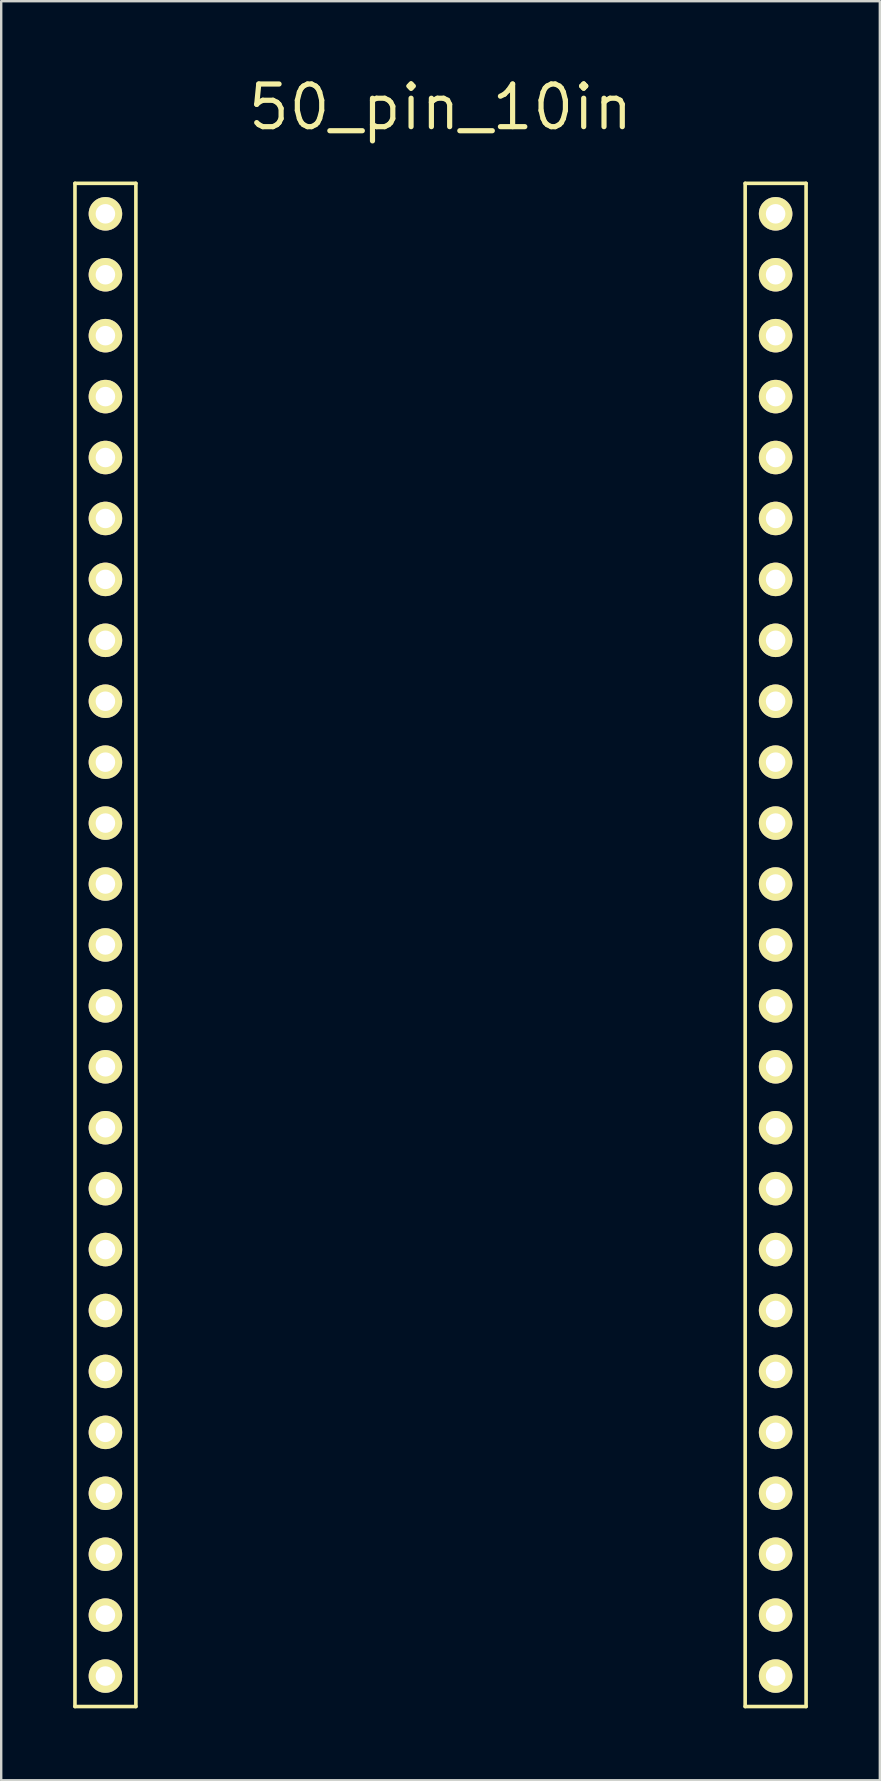
<source format=kicad_pcb>
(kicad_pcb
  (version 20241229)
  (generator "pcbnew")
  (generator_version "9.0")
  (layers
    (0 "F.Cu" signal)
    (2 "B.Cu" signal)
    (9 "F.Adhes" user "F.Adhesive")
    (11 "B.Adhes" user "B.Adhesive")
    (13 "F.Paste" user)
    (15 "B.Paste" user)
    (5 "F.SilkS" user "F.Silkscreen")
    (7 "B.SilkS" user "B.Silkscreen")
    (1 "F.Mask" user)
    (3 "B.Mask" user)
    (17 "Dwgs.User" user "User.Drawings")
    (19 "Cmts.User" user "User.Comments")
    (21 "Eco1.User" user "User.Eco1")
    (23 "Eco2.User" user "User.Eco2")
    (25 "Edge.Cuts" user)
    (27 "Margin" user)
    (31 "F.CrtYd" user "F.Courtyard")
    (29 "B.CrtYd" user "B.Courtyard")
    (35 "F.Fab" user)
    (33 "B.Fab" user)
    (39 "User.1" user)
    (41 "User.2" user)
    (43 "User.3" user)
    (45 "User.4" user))
  (footprint "50_pin_10in"
    (layer "F.Cu")
    (at 15.315 36.344)
    (property "Reference" "50_pin_10in" (at 0 -34.925 0) (layer "F.SilkS") (effects (font (size 1.778 1.778) (thickness 0.216))))
    (attr through_hole)
    (fp_line (start -15.24 -31.75) (end -15.24 31.75) (stroke (width 0.15) (type solid)) (layer "F.SilkS"))
    (fp_line (start -15.24 -31.75) (end -12.7 -31.75) (stroke (width 0.15) (type solid)) (layer "F.SilkS"))
    (fp_line (start -15.24 31.75) (end -12.7 31.75) (stroke (width 0.15) (type solid)) (layer "F.SilkS"))
    (fp_line (start -12.7 31.75) (end -12.7 -31.75) (stroke (width 0.15) (type solid)) (layer "F.SilkS"))
    (fp_line (start 12.7 -31.75) (end 12.7 31.75) (stroke (width 0.15) (type solid)) (layer "F.SilkS"))
    (fp_line (start 12.7 -31.75) (end 15.24 -31.75) (stroke (width 0.15) (type solid)) (layer "F.SilkS"))
    (fp_line (start 12.7 31.75) (end 15.24 31.75) (stroke (width 0.15) (type solid)) (layer "F.SilkS"))
    (fp_line (start 15.24 31.75) (end 15.24 -31.75) (stroke (width 0.15) (type solid)) (layer "F.SilkS"))
    (pad "1" thru_hole circle (at -13.97 -30.48 270) (size 1.397 1.397) (drill 0.813) (layers "*.Cu" "*.Mask" "F.SilkS"))
    (pad "2" thru_hole circle (at 13.97 -30.48 270) (size 1.397 1.397) (drill 0.813) (layers "*.Cu" "*.Mask" "F.SilkS"))
    (pad "3" thru_hole circle (at -13.97 -27.94 270) (size 1.397 1.397) (drill 0.813) (layers "*.Cu" "*.Mask" "F.SilkS"))
    (pad "4" thru_hole circle (at 13.97 -27.94 270) (size 1.397 1.397) (drill 0.813) (layers "*.Cu" "*.Mask" "F.SilkS"))
    (pad "5" thru_hole circle (at -13.97 -25.4 270) (size 1.397 1.397) (drill 0.813) (layers "*.Cu" "*.Mask" "F.SilkS"))
    (pad "6" thru_hole circle (at 13.97 -25.4 270) (size 1.397 1.397) (drill 0.813) (layers "*.Cu" "*.Mask" "F.SilkS"))
    (pad "7" thru_hole circle (at -13.97 -22.86 270) (size 1.397 1.397) (drill 0.813) (layers "*.Cu" "*.Mask" "F.SilkS"))
    (pad "8" thru_hole circle (at 13.97 -22.86 270) (size 1.397 1.397) (drill 0.813) (layers "*.Cu" "*.Mask" "F.SilkS"))
    (pad "9" thru_hole circle (at -13.97 -20.32 270) (size 1.397 1.397) (drill 0.813) (layers "*.Cu" "*.Mask" "F.SilkS"))
    (pad "10" thru_hole circle (at 13.97 -20.32 270) (size 1.397 1.397) (drill 0.813) (layers "*.Cu" "*.Mask" "F.SilkS"))
    (pad "11" thru_hole circle (at -13.97 -17.78 270) (size 1.397 1.397) (drill 0.813) (layers "*.Cu" "*.Mask" "F.SilkS"))
    (pad "12" thru_hole circle (at 13.97 -17.78 270) (size 1.397 1.397) (drill 0.813) (layers "*.Cu" "*.Mask" "F.SilkS"))
    (pad "13" thru_hole circle (at -13.97 -15.24 270) (size 1.397 1.397) (drill 0.813) (layers "*.Cu" "*.Mask" "F.SilkS"))
    (pad "14" thru_hole circle (at 13.97 -15.24 270) (size 1.397 1.397) (drill 0.813) (layers "*.Cu" "*.Mask" "F.SilkS"))
    (pad "15" thru_hole circle (at -13.97 -12.7 270) (size 1.397 1.397) (drill 0.813) (layers "*.Cu" "*.Mask" "F.SilkS"))
    (pad "16" thru_hole circle (at 13.97 -12.7 270) (size 1.397 1.397) (drill 0.813) (layers "*.Cu" "*.Mask" "F.SilkS"))
    (pad "17" thru_hole circle (at -13.97 -10.16 270) (size 1.397 1.397) (drill 0.813) (layers "*.Cu" "*.Mask" "F.SilkS"))
    (pad "18" thru_hole circle (at 13.97 -10.16 270) (size 1.397 1.397) (drill 0.813) (layers "*.Cu" "*.Mask" "F.SilkS"))
    (pad "19" thru_hole circle (at -13.97 -7.62 270) (size 1.397 1.397) (drill 0.813) (layers "*.Cu" "*.Mask" "F.SilkS"))
    (pad "20" thru_hole circle (at 13.97 -7.62 270) (size 1.397 1.397) (drill 0.813) (layers "*.Cu" "*.Mask" "F.SilkS"))
    (pad "21" thru_hole circle (at -13.97 -5.08 270) (size 1.397 1.397) (drill 0.813) (layers "*.Cu" "*.Mask" "F.SilkS"))
    (pad "22" thru_hole circle (at 13.97 -5.08 270) (size 1.397 1.397) (drill 0.813) (layers "*.Cu" "*.Mask" "F.SilkS"))
    (pad "23" thru_hole circle (at -13.97 -2.54 270) (size 1.397 1.397) (drill 0.813) (layers "*.Cu" "*.Mask" "F.SilkS"))
    (pad "24" thru_hole circle (at 13.97 -2.54 270) (size 1.397 1.397) (drill 0.813) (layers "*.Cu" "*.Mask" "F.SilkS"))
    (pad "25" thru_hole circle (at -13.97 0 270) (size 1.397 1.397) (drill 0.813) (layers "*.Cu" "*.Mask" "F.SilkS"))
    (pad "26" thru_hole circle (at 13.97 0 270) (size 1.397 1.397) (drill 0.813) (layers "*.Cu" "*.Mask" "F.SilkS"))
    (pad "27" thru_hole circle (at -13.97 2.54 270) (size 1.397 1.397) (drill 0.813) (layers "*.Cu" "*.Mask" "F.SilkS"))
    (pad "28" thru_hole circle (at 13.97 2.54 270) (size 1.397 1.397) (drill 0.813) (layers "*.Cu" "*.Mask" "F.SilkS"))
    (pad "29" thru_hole circle (at -13.97 5.08 270) (size 1.397 1.397) (drill 0.813) (layers "*.Cu" "*.Mask" "F.SilkS"))
    (pad "30" thru_hole circle (at 13.97 5.08 270) (size 1.397 1.397) (drill 0.813) (layers "*.Cu" "*.Mask" "F.SilkS"))
    (pad "31" thru_hole circle (at -13.97 7.62 270) (size 1.397 1.397) (drill 0.813) (layers "*.Cu" "*.Mask" "F.SilkS"))
    (pad "32" thru_hole circle (at 13.97 7.62 270) (size 1.397 1.397) (drill 0.813) (layers "*.Cu" "*.Mask" "F.SilkS"))
    (pad "33" thru_hole circle (at -13.97 10.16 270) (size 1.397 1.397) (drill 0.813) (layers "*.Cu" "*.Mask" "F.SilkS"))
    (pad "34" thru_hole circle (at 13.97 10.16 270) (size 1.397 1.397) (drill 0.813) (layers "*.Cu" "*.Mask" "F.SilkS"))
    (pad "35" thru_hole circle (at -13.97 12.7 270) (size 1.397 1.397) (drill 0.813) (layers "*.Cu" "*.Mask" "F.SilkS"))
    (pad "36" thru_hole circle (at 13.97 12.7 270) (size 1.397 1.397) (drill 0.813) (layers "*.Cu" "*.Mask" "F.SilkS"))
    (pad "37" thru_hole circle (at -13.97 15.24 270) (size 1.397 1.397) (drill 0.813) (layers "*.Cu" "*.Mask" "F.SilkS"))
    (pad "38" thru_hole circle (at 13.97 15.24 270) (size 1.397 1.397) (drill 0.813) (layers "*.Cu" "*.Mask" "F.SilkS"))
    (pad "39" thru_hole circle (at -13.97 17.78 270) (size 1.397 1.397) (drill 0.813) (layers "*.Cu" "*.Mask" "F.SilkS"))
    (pad "40" thru_hole circle (at 13.97 17.78 270) (size 1.397 1.397) (drill 0.813) (layers "*.Cu" "*.Mask" "F.SilkS"))
    (pad "41" thru_hole circle (at -13.97 20.32 270) (size 1.397 1.397) (drill 0.813) (layers "*.Cu" "*.Mask" "F.SilkS"))
    (pad "42" thru_hole circle (at 13.97 20.32 270) (size 1.397 1.397) (drill 0.813) (layers "*.Cu" "*.Mask" "F.SilkS"))
    (pad "43" thru_hole circle (at -13.97 22.86 270) (size 1.397 1.397) (drill 0.813) (layers "*.Cu" "*.Mask" "F.SilkS"))
    (pad "44" thru_hole circle (at 13.97 22.86 270) (size 1.397 1.397) (drill 0.813) (layers "*.Cu" "*.Mask" "F.SilkS"))
    (pad "45" thru_hole circle (at -13.97 25.4 270) (size 1.397 1.397) (drill 0.813) (layers "*.Cu" "*.Mask" "F.SilkS"))
    (pad "46" thru_hole circle (at 13.97 25.4 270) (size 1.397 1.397) (drill 0.813) (layers "*.Cu" "*.Mask" "F.SilkS"))
    (pad "47" thru_hole circle (at -13.97 27.94 270) (size 1.397 1.397) (drill 0.813) (layers "*.Cu" "*.Mask" "F.SilkS"))
    (pad "48" thru_hole circle (at 13.97 27.94 270) (size 1.397 1.397) (drill 0.813) (layers "*.Cu" "*.Mask" "F.SilkS"))
    (pad "49" thru_hole circle (at -13.97 30.48 270) (size 1.397 1.397) (drill 0.813) (layers "*.Cu" "*.Mask" "F.SilkS"))
    (pad "50" thru_hole circle (at 13.97 30.48 270) (size 1.397 1.397) (drill 0.813) (layers "*.Cu" "*.Mask" "F.SilkS")))
  (gr_rect
    (start -3 -3)
    (end 33.63 71.169)
    (stroke (width 0.1) (type default))
    (fill no)
    (layer "Edge.Cuts")))
</source>
